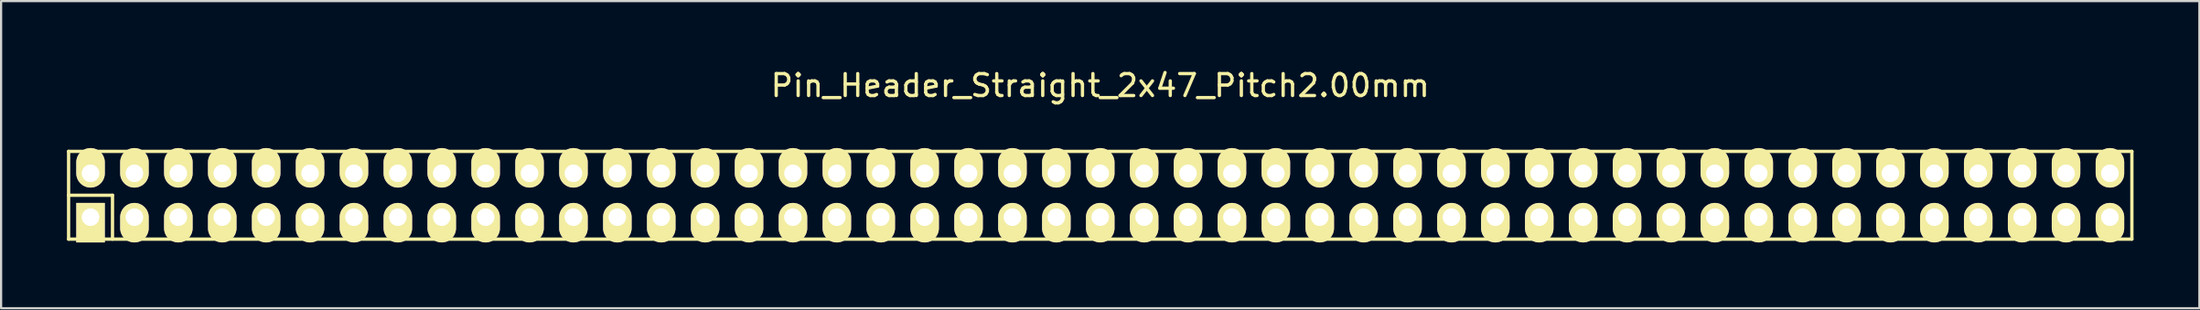
<source format=kicad_pcb>
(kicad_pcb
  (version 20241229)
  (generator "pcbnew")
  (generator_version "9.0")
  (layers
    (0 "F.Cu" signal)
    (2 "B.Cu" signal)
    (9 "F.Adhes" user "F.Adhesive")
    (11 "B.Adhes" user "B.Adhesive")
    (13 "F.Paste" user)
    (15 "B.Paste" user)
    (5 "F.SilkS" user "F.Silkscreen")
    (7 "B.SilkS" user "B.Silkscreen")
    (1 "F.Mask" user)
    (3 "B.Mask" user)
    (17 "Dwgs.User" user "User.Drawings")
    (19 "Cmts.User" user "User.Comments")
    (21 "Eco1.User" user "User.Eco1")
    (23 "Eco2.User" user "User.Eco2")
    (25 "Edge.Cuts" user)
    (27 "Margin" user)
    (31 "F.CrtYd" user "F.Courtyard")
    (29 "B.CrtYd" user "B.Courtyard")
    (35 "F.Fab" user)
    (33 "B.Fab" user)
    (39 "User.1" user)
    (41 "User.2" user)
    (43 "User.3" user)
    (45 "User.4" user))
  (footprint "Pin_Header_Straight_2x47_Pitch2.00mm"
    (layer "F.Cu")
    (at 47.075 5.848)
    (property "Reference" "Pin_Header_Straight_2x47_Pitch2.00mm" (at 0 -5 0) (layer "F.SilkS") (effects (font (size 1 1) (thickness 0.15))))
    (attr through_hole)
    (fp_line (start -47 -2) (end 47 -2) (stroke (width 0.15) (type solid)) (layer "F.SilkS"))
    (fp_line (start -47 0) (end -45 0) (stroke (width 0.15) (type solid)) (layer "F.SilkS"))
    (fp_line (start -47 2) (end -47 -2) (stroke (width 0.15) (type solid)) (layer "F.SilkS"))
    (fp_line (start -45 0) (end -45 2) (stroke (width 0.15) (type solid)) (layer "F.SilkS"))
    (fp_line (start 47 -2) (end 47 2) (stroke (width 0.15) (type solid)) (layer "F.SilkS"))
    (fp_line (start 47 2) (end -47 2) (stroke (width 0.15) (type solid)) (layer "F.SilkS"))
    (pad "1" thru_hole rect (at -46 1) (size 1.3 1.8) (drill 0.8 (offset 0 0.25)) (layers "*.Cu" "*.Mask" "F.SilkS"))
    (pad "2" thru_hole oval (at -46 -1) (size 1.3 1.8) (drill 0.8 (offset 0 -0.25)) (layers "*.Cu" "*.Mask" "F.SilkS"))
    (pad "3" thru_hole oval (at -44 1) (size 1.3 1.8) (drill 0.8 (offset 0 0.25)) (layers "*.Cu" "*.Mask" "F.SilkS"))
    (pad "4" thru_hole oval (at -44 -1) (size 1.3 1.8) (drill 0.8 (offset 0 -0.25)) (layers "*.Cu" "*.Mask" "F.SilkS"))
    (pad "5" thru_hole oval (at -42 1) (size 1.3 1.8) (drill 0.8 (offset 0 0.25)) (layers "*.Cu" "*.Mask" "F.SilkS"))
    (pad "6" thru_hole oval (at -42 -1) (size 1.3 1.8) (drill 0.8 (offset 0 -0.25)) (layers "*.Cu" "*.Mask" "F.SilkS"))
    (pad "7" thru_hole oval (at -40 1) (size 1.3 1.8) (drill 0.8 (offset 0 0.25)) (layers "*.Cu" "*.Mask" "F.SilkS"))
    (pad "8" thru_hole oval (at -40 -1) (size 1.3 1.8) (drill 0.8 (offset 0 -0.25)) (layers "*.Cu" "*.Mask" "F.SilkS"))
    (pad "9" thru_hole oval (at -38 1) (size 1.3 1.8) (drill 0.8 (offset 0 0.25)) (layers "*.Cu" "*.Mask" "F.SilkS"))
    (pad "10" thru_hole oval (at -38 -1) (size 1.3 1.8) (drill 0.8 (offset 0 -0.25)) (layers "*.Cu" "*.Mask" "F.SilkS"))
    (pad "11" thru_hole oval (at -36 1) (size 1.3 1.8) (drill 0.8 (offset 0 0.25)) (layers "*.Cu" "*.Mask" "F.SilkS"))
    (pad "12" thru_hole oval (at -36 -1) (size 1.3 1.8) (drill 0.8 (offset 0 -0.25)) (layers "*.Cu" "*.Mask" "F.SilkS"))
    (pad "13" thru_hole oval (at -34 1) (size 1.3 1.8) (drill 0.8 (offset 0 0.25)) (layers "*.Cu" "*.Mask" "F.SilkS"))
    (pad "14" thru_hole oval (at -34 -1) (size 1.3 1.8) (drill 0.8 (offset 0 -0.25)) (layers "*.Cu" "*.Mask" "F.SilkS"))
    (pad "15" thru_hole oval (at -32 1) (size 1.3 1.8) (drill 0.8 (offset 0 0.25)) (layers "*.Cu" "*.Mask" "F.SilkS"))
    (pad "16" thru_hole oval (at -32 -1) (size 1.3 1.8) (drill 0.8 (offset 0 -0.25)) (layers "*.Cu" "*.Mask" "F.SilkS"))
    (pad "17" thru_hole oval (at -30 1) (size 1.3 1.8) (drill 0.8 (offset 0 0.25)) (layers "*.Cu" "*.Mask" "F.SilkS"))
    (pad "18" thru_hole oval (at -30 -1) (size 1.3 1.8) (drill 0.8 (offset 0 -0.25)) (layers "*.Cu" "*.Mask" "F.SilkS"))
    (pad "19" thru_hole oval (at -28 1) (size 1.3 1.8) (drill 0.8 (offset 0 0.25)) (layers "*.Cu" "*.Mask" "F.SilkS"))
    (pad "20" thru_hole oval (at -28 -1) (size 1.3 1.8) (drill 0.8 (offset 0 -0.25)) (layers "*.Cu" "*.Mask" "F.SilkS"))
    (pad "21" thru_hole oval (at -26 1) (size 1.3 1.8) (drill 0.8 (offset 0 0.25)) (layers "*.Cu" "*.Mask" "F.SilkS"))
    (pad "22" thru_hole oval (at -26 -1) (size 1.3 1.8) (drill 0.8 (offset 0 -0.25)) (layers "*.Cu" "*.Mask" "F.SilkS"))
    (pad "23" thru_hole oval (at -24 1) (size 1.3 1.8) (drill 0.8 (offset 0 0.25)) (layers "*.Cu" "*.Mask" "F.SilkS"))
    (pad "24" thru_hole oval (at -24 -1) (size 1.3 1.8) (drill 0.8 (offset 0 -0.25)) (layers "*.Cu" "*.Mask" "F.SilkS"))
    (pad "25" thru_hole oval (at -22 1) (size 1.3 1.8) (drill 0.8 (offset 0 0.25)) (layers "*.Cu" "*.Mask" "F.SilkS"))
    (pad "26" thru_hole oval (at -22 -1) (size 1.3 1.8) (drill 0.8 (offset 0 -0.25)) (layers "*.Cu" "*.Mask" "F.SilkS"))
    (pad "27" thru_hole oval (at -20 1) (size 1.3 1.8) (drill 0.8 (offset 0 0.25)) (layers "*.Cu" "*.Mask" "F.SilkS"))
    (pad "28" thru_hole oval (at -20 -1) (size 1.3 1.8) (drill 0.8 (offset 0 -0.25)) (layers "*.Cu" "*.Mask" "F.SilkS"))
    (pad "29" thru_hole oval (at -18 1) (size 1.3 1.8) (drill 0.8 (offset 0 0.25)) (layers "*.Cu" "*.Mask" "F.SilkS"))
    (pad "30" thru_hole oval (at -18 -1) (size 1.3 1.8) (drill 0.8 (offset 0 -0.25)) (layers "*.Cu" "*.Mask" "F.SilkS"))
    (pad "31" thru_hole oval (at -16 1) (size 1.3 1.8) (drill 0.8 (offset 0 0.25)) (layers "*.Cu" "*.Mask" "F.SilkS"))
    (pad "32" thru_hole oval (at -16 -1) (size 1.3 1.8) (drill 0.8 (offset 0 -0.25)) (layers "*.Cu" "*.Mask" "F.SilkS"))
    (pad "33" thru_hole oval (at -14 1) (size 1.3 1.8) (drill 0.8 (offset 0 0.25)) (layers "*.Cu" "*.Mask" "F.SilkS"))
    (pad "34" thru_hole oval (at -14 -1) (size 1.3 1.8) (drill 0.8 (offset 0 -0.25)) (layers "*.Cu" "*.Mask" "F.SilkS"))
    (pad "35" thru_hole oval (at -12 1) (size 1.3 1.8) (drill 0.8 (offset 0 0.25)) (layers "*.Cu" "*.Mask" "F.SilkS"))
    (pad "36" thru_hole oval (at -12 -1) (size 1.3 1.8) (drill 0.8 (offset 0 -0.25)) (layers "*.Cu" "*.Mask" "F.SilkS"))
    (pad "37" thru_hole oval (at -10 1) (size 1.3 1.8) (drill 0.8 (offset 0 0.25)) (layers "*.Cu" "*.Mask" "F.SilkS"))
    (pad "38" thru_hole oval (at -10 -1) (size 1.3 1.8) (drill 0.8 (offset 0 -0.25)) (layers "*.Cu" "*.Mask" "F.SilkS"))
    (pad "39" thru_hole oval (at -8 1) (size 1.3 1.8) (drill 0.8 (offset 0 0.25)) (layers "*.Cu" "*.Mask" "F.SilkS"))
    (pad "40" thru_hole oval (at -8 -1) (size 1.3 1.8) (drill 0.8 (offset 0 -0.25)) (layers "*.Cu" "*.Mask" "F.SilkS"))
    (pad "41" thru_hole oval (at -6 1) (size 1.3 1.8) (drill 0.8 (offset 0 0.25)) (layers "*.Cu" "*.Mask" "F.SilkS"))
    (pad "42" thru_hole oval (at -6 -1) (size 1.3 1.8) (drill 0.8 (offset 0 -0.25)) (layers "*.Cu" "*.Mask" "F.SilkS"))
    (pad "43" thru_hole oval (at -4 1) (size 1.3 1.8) (drill 0.8 (offset 0 0.25)) (layers "*.Cu" "*.Mask" "F.SilkS"))
    (pad "44" thru_hole oval (at -4 -1) (size 1.3 1.8) (drill 0.8 (offset 0 -0.25)) (layers "*.Cu" "*.Mask" "F.SilkS"))
    (pad "45" thru_hole oval (at -2 1) (size 1.3 1.8) (drill 0.8 (offset 0 0.25)) (layers "*.Cu" "*.Mask" "F.SilkS"))
    (pad "46" thru_hole oval (at -2 -1) (size 1.3 1.8) (drill 0.8 (offset 0 -0.25)) (layers "*.Cu" "*.Mask" "F.SilkS"))
    (pad "47" thru_hole oval (at 0 1) (size 1.3 1.8) (drill 0.8 (offset 0 0.25)) (layers "*.Cu" "*.Mask" "F.SilkS"))
    (pad "48" thru_hole oval (at 0 -1) (size 1.3 1.8) (drill 0.8 (offset 0 -0.25)) (layers "*.Cu" "*.Mask" "F.SilkS"))
    (pad "49" thru_hole oval (at 2 1) (size 1.3 1.8) (drill 0.8 (offset 0 0.25)) (layers "*.Cu" "*.Mask" "F.SilkS"))
    (pad "50" thru_hole oval (at 2 -1) (size 1.3 1.8) (drill 0.8 (offset 0 -0.25)) (layers "*.Cu" "*.Mask" "F.SilkS"))
    (pad "51" thru_hole oval (at 4 1) (size 1.3 1.8) (drill 0.8 (offset 0 0.25)) (layers "*.Cu" "*.Mask" "F.SilkS"))
    (pad "52" thru_hole oval (at 4 -1) (size 1.3 1.8) (drill 0.8 (offset 0 -0.25)) (layers "*.Cu" "*.Mask" "F.SilkS"))
    (pad "53" thru_hole oval (at 6 1) (size 1.3 1.8) (drill 0.8 (offset 0 0.25)) (layers "*.Cu" "*.Mask" "F.SilkS"))
    (pad "54" thru_hole oval (at 6 -1) (size 1.3 1.8) (drill 0.8 (offset 0 -0.25)) (layers "*.Cu" "*.Mask" "F.SilkS"))
    (pad "55" thru_hole oval (at 8 1) (size 1.3 1.8) (drill 0.8 (offset 0 0.25)) (layers "*.Cu" "*.Mask" "F.SilkS"))
    (pad "56" thru_hole oval (at 8 -1) (size 1.3 1.8) (drill 0.8 (offset 0 -0.25)) (layers "*.Cu" "*.Mask" "F.SilkS"))
    (pad "57" thru_hole oval (at 10 1) (size 1.3 1.8) (drill 0.8 (offset 0 0.25)) (layers "*.Cu" "*.Mask" "F.SilkS"))
    (pad "58" thru_hole oval (at 10 -1) (size 1.3 1.8) (drill 0.8 (offset 0 -0.25)) (layers "*.Cu" "*.Mask" "F.SilkS"))
    (pad "59" thru_hole oval (at 12 1) (size 1.3 1.8) (drill 0.8 (offset 0 0.25)) (layers "*.Cu" "*.Mask" "F.SilkS"))
    (pad "60" thru_hole oval (at 12 -1) (size 1.3 1.8) (drill 0.8 (offset 0 -0.25)) (layers "*.Cu" "*.Mask" "F.SilkS"))
    (pad "61" thru_hole oval (at 14 1) (size 1.3 1.8) (drill 0.8 (offset 0 0.25)) (layers "*.Cu" "*.Mask" "F.SilkS"))
    (pad "62" thru_hole oval (at 14 -1) (size 1.3 1.8) (drill 0.8 (offset 0 -0.25)) (layers "*.Cu" "*.Mask" "F.SilkS"))
    (pad "63" thru_hole oval (at 16 1) (size 1.3 1.8) (drill 0.8 (offset 0 0.25)) (layers "*.Cu" "*.Mask" "F.SilkS"))
    (pad "64" thru_hole oval (at 16 -1) (size 1.3 1.8) (drill 0.8 (offset 0 -0.25)) (layers "*.Cu" "*.Mask" "F.SilkS"))
    (pad "65" thru_hole oval (at 18 1) (size 1.3 1.8) (drill 0.8 (offset 0 0.25)) (layers "*.Cu" "*.Mask" "F.SilkS"))
    (pad "66" thru_hole oval (at 18 -1) (size 1.3 1.8) (drill 0.8 (offset 0 -0.25)) (layers "*.Cu" "*.Mask" "F.SilkS"))
    (pad "67" thru_hole oval (at 20 1) (size 1.3 1.8) (drill 0.8 (offset 0 0.25)) (layers "*.Cu" "*.Mask" "F.SilkS"))
    (pad "68" thru_hole oval (at 20 -1) (size 1.3 1.8) (drill 0.8 (offset 0 -0.25)) (layers "*.Cu" "*.Mask" "F.SilkS"))
    (pad "69" thru_hole oval (at 22 1) (size 1.3 1.8) (drill 0.8 (offset 0 0.25)) (layers "*.Cu" "*.Mask" "F.SilkS"))
    (pad "70" thru_hole oval (at 22 -1) (size 1.3 1.8) (drill 0.8 (offset 0 -0.25)) (layers "*.Cu" "*.Mask" "F.SilkS"))
    (pad "71" thru_hole oval (at 24 1) (size 1.3 1.8) (drill 0.8 (offset 0 0.25)) (layers "*.Cu" "*.Mask" "F.SilkS"))
    (pad "72" thru_hole oval (at 24 -1) (size 1.3 1.8) (drill 0.8 (offset 0 -0.25)) (layers "*.Cu" "*.Mask" "F.SilkS"))
    (pad "73" thru_hole oval (at 26 1) (size 1.3 1.8) (drill 0.8 (offset 0 0.25)) (layers "*.Cu" "*.Mask" "F.SilkS"))
    (pad "74" thru_hole oval (at 26 -1) (size 1.3 1.8) (drill 0.8 (offset 0 -0.25)) (layers "*.Cu" "*.Mask" "F.SilkS"))
    (pad "75" thru_hole oval (at 28 1) (size 1.3 1.8) (drill 0.8 (offset 0 0.25)) (layers "*.Cu" "*.Mask" "F.SilkS"))
    (pad "76" thru_hole oval (at 28 -1) (size 1.3 1.8) (drill 0.8 (offset 0 -0.25)) (layers "*.Cu" "*.Mask" "F.SilkS"))
    (pad "77" thru_hole oval (at 30 1) (size 1.3 1.8) (drill 0.8 (offset 0 0.25)) (layers "*.Cu" "*.Mask" "F.SilkS"))
    (pad "78" thru_hole oval (at 30 -1) (size 1.3 1.8) (drill 0.8 (offset 0 -0.25)) (layers "*.Cu" "*.Mask" "F.SilkS"))
    (pad "79" thru_hole oval (at 32 1) (size 1.3 1.8) (drill 0.8 (offset 0 0.25)) (layers "*.Cu" "*.Mask" "F.SilkS"))
    (pad "80" thru_hole oval (at 32 -1) (size 1.3 1.8) (drill 0.8 (offset 0 -0.25)) (layers "*.Cu" "*.Mask" "F.SilkS"))
    (pad "81" thru_hole oval (at 34 1) (size 1.3 1.8) (drill 0.8 (offset 0 0.25)) (layers "*.Cu" "*.Mask" "F.SilkS"))
    (pad "82" thru_hole oval (at 34 -1) (size 1.3 1.8) (drill 0.8 (offset 0 -0.25)) (layers "*.Cu" "*.Mask" "F.SilkS"))
    (pad "83" thru_hole oval (at 36 1) (size 1.3 1.8) (drill 0.8 (offset 0 0.25)) (layers "*.Cu" "*.Mask" "F.SilkS"))
    (pad "84" thru_hole oval (at 36 -1) (size 1.3 1.8) (drill 0.8 (offset 0 -0.25)) (layers "*.Cu" "*.Mask" "F.SilkS"))
    (pad "85" thru_hole oval (at 38 1) (size 1.3 1.8) (drill 0.8 (offset 0 0.25)) (layers "*.Cu" "*.Mask" "F.SilkS"))
    (pad "86" thru_hole oval (at 38 -1) (size 1.3 1.8) (drill 0.8 (offset 0 -0.25)) (layers "*.Cu" "*.Mask" "F.SilkS"))
    (pad "87" thru_hole oval (at 40 1) (size 1.3 1.8) (drill 0.8 (offset 0 0.25)) (layers "*.Cu" "*.Mask" "F.SilkS"))
    (pad "88" thru_hole oval (at 40 -1) (size 1.3 1.8) (drill 0.8 (offset 0 -0.25)) (layers "*.Cu" "*.Mask" "F.SilkS"))
    (pad "89" thru_hole oval (at 42 1) (size 1.3 1.8) (drill 0.8 (offset 0 0.25)) (layers "*.Cu" "*.Mask" "F.SilkS"))
    (pad "90" thru_hole oval (at 42 -1) (size 1.3 1.8) (drill 0.8 (offset 0 -0.25)) (layers "*.Cu" "*.Mask" "F.SilkS"))
    (pad "91" thru_hole oval (at 44 1) (size 1.3 1.8) (drill 0.8 (offset 0 0.25)) (layers "*.Cu" "*.Mask" "F.SilkS"))
    (pad "92" thru_hole oval (at 44 -1) (size 1.3 1.8) (drill 0.8 (offset 0 -0.25)) (layers "*.Cu" "*.Mask" "F.SilkS"))
    (pad "93" thru_hole oval (at 46 1) (size 1.3 1.8) (drill 0.8 (offset 0 0.25)) (layers "*.Cu" "*.Mask" "F.SilkS"))
    (pad "94" thru_hole oval (at 46 -1) (size 1.3 1.8) (drill 0.8 (offset 0 -0.25)) (layers "*.Cu" "*.Mask" "F.SilkS")))
  (gr_rect
    (start -3 -3)
    (end 97.15 10.998)
    (stroke (width 0.1) (type default))
    (fill no)
    (layer "Edge.Cuts")))
</source>
